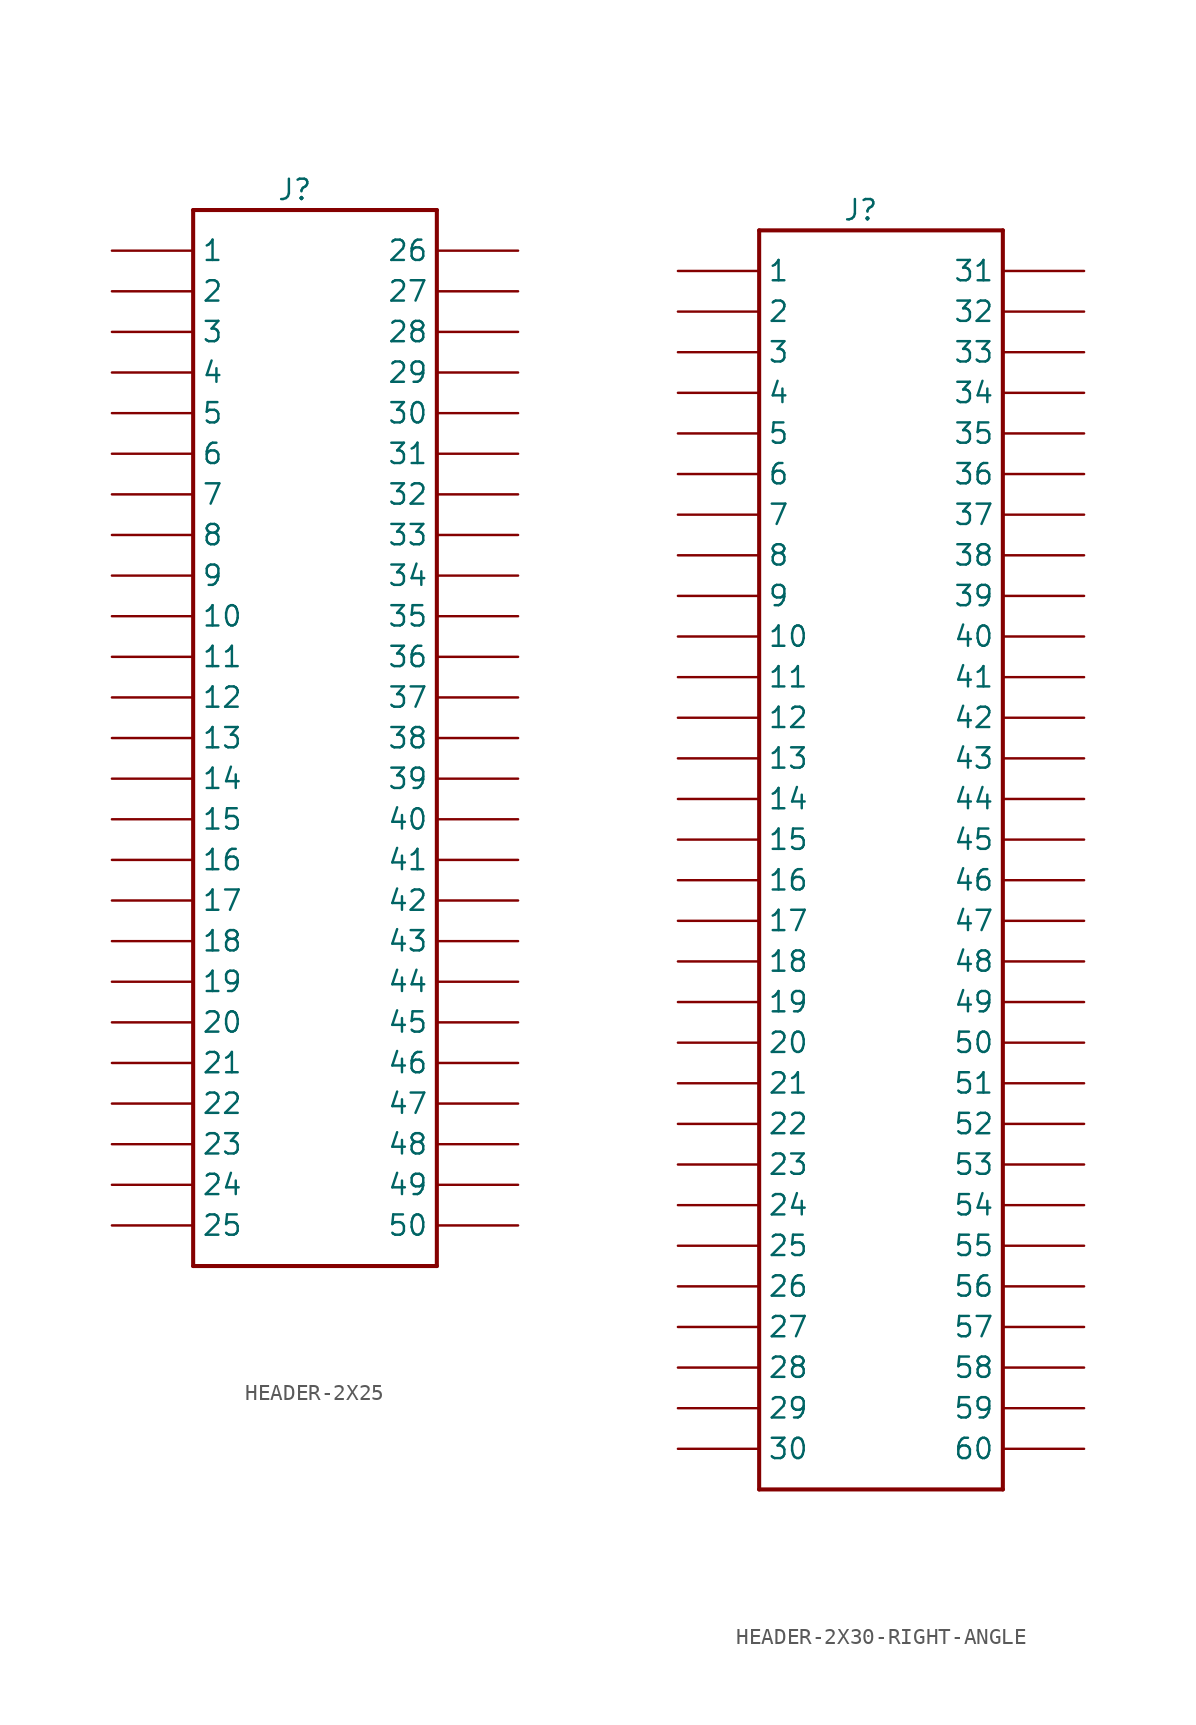
<source format=kicad_sym>
(kicad_symbol_lib
  (version 20220914)
  (generator kicad_symbol_editor)
  (symbol "HEADER-2X25"
    (pin_numbers hide)
    (property "Reference" "J"
      (at 3.81 29.21 0)
      (effects (font (size 1.27 1.27))))
    (symbol "HEADER-2X25_1_0"
      (polyline (pts (xy -2.54 -38.1) (xy -2.54 27.94)) (stroke (width 0.254) (type solid)) (fill (type none)))
      (polyline (pts (xy -2.54 27.94) (xy 12.7 27.94)) (stroke (width 0.254) (type solid)) (fill (type none)))
      (polyline (pts (xy 12.7 -38.1) (xy -2.54 -38.1)) (stroke (width 0.254) (type solid)) (fill (type none)))
      (polyline (pts (xy 12.7 27.94) (xy 12.7 -38.1)) (stroke (width 0.254) (type solid)) (fill (type none)))
      (pin bidirectional line (at -7.62 25.4 0) (length 5.08) (name "1" (effects (font (size 1.27 1.27)))) (number "1" (effects (font (size 1.27 1.27)))))
      (pin bidirectional line (at -7.62 2.54 0) (length 5.08) (name "10" (effects (font (size 1.27 1.27)))) (number "10" (effects (font (size 1.27 1.27)))))
      (pin bidirectional line (at -7.62 0 0) (length 5.08) (name "11" (effects (font (size 1.27 1.27)))) (number "11" (effects (font (size 1.27 1.27)))))
      (pin bidirectional line (at -7.62 -2.54 0) (length 5.08) (name "12" (effects (font (size 1.27 1.27)))) (number "12" (effects (font (size 1.27 1.27)))))
      (pin bidirectional line (at -7.62 -5.08 0) (length 5.08) (name "13" (effects (font (size 1.27 1.27)))) (number "13" (effects (font (size 1.27 1.27)))))
      (pin bidirectional line (at -7.62 -7.62 0) (length 5.08) (name "14" (effects (font (size 1.27 1.27)))) (number "14" (effects (font (size 1.27 1.27)))))
      (pin bidirectional line (at -7.62 -10.16 0) (length 5.08) (name "15" (effects (font (size 1.27 1.27)))) (number "15" (effects (font (size 1.27 1.27)))))
      (pin bidirectional line (at -7.62 -12.7 0) (length 5.08) (name "16" (effects (font (size 1.27 1.27)))) (number "16" (effects (font (size 1.27 1.27)))))
      (pin bidirectional line (at -7.62 -15.24 0) (length 5.08) (name "17" (effects (font (size 1.27 1.27)))) (number "17" (effects (font (size 1.27 1.27)))))
      (pin bidirectional line (at -7.62 -17.78 0) (length 5.08) (name "18" (effects (font (size 1.27 1.27)))) (number "18" (effects (font (size 1.27 1.27)))))
      (pin bidirectional line (at -7.62 -20.32 0) (length 5.08) (name "19" (effects (font (size 1.27 1.27)))) (number "19" (effects (font (size 1.27 1.27)))))
      (pin bidirectional line (at -7.62 22.86 0) (length 5.08) (name "2" (effects (font (size 1.27 1.27)))) (number "2" (effects (font (size 1.27 1.27)))))
      (pin bidirectional line (at -7.62 -22.86 0) (length 5.08) (name "20" (effects (font (size 1.27 1.27)))) (number "20" (effects (font (size 1.27 1.27)))))
      (pin bidirectional line (at -7.62 -25.4 0) (length 5.08) (name "21" (effects (font (size 1.27 1.27)))) (number "21" (effects (font (size 1.27 1.27)))))
      (pin bidirectional line (at -7.62 -27.94 0) (length 5.08) (name "22" (effects (font (size 1.27 1.27)))) (number "22" (effects (font (size 1.27 1.27)))))
      (pin bidirectional line (at -7.62 -30.48 0) (length 5.08) (name "23" (effects (font (size 1.27 1.27)))) (number "23" (effects (font (size 1.27 1.27)))))
      (pin bidirectional line (at -7.62 -33.02 0) (length 5.08) (name "24" (effects (font (size 1.27 1.27)))) (number "24" (effects (font (size 1.27 1.27)))))
      (pin bidirectional line (at -7.62 -35.56 0) (length 5.08) (name "25" (effects (font (size 1.27 1.27)))) (number "25" (effects (font (size 1.27 1.27)))))
      (pin bidirectional line (at 17.78 25.4 180) (length 5.08) (name "26" (effects (font (size 1.27 1.27)))) (number "26" (effects (font (size 1.27 1.27)))))
      (pin bidirectional line (at 17.78 22.86 180) (length 5.08) (name "27" (effects (font (size 1.27 1.27)))) (number "27" (effects (font (size 1.27 1.27)))))
      (pin bidirectional line (at 17.78 20.32 180) (length 5.08) (name "28" (effects (font (size 1.27 1.27)))) (number "28" (effects (font (size 1.27 1.27)))))
      (pin bidirectional line (at 17.78 17.78 180) (length 5.08) (name "29" (effects (font (size 1.27 1.27)))) (number "29" (effects (font (size 1.27 1.27)))))
      (pin bidirectional line (at -7.62 20.32 0) (length 5.08) (name "3" (effects (font (size 1.27 1.27)))) (number "3" (effects (font (size 1.27 1.27)))))
      (pin bidirectional line (at 17.78 15.24 180) (length 5.08) (name "30" (effects (font (size 1.27 1.27)))) (number "30" (effects (font (size 1.27 1.27)))))
      (pin bidirectional line (at 17.78 12.7 180) (length 5.08) (name "31" (effects (font (size 1.27 1.27)))) (number "31" (effects (font (size 1.27 1.27)))))
      (pin bidirectional line (at 17.78 10.16 180) (length 5.08) (name "32" (effects (font (size 1.27 1.27)))) (number "32" (effects (font (size 1.27 1.27)))))
      (pin bidirectional line (at 17.78 7.62 180) (length 5.08) (name "33" (effects (font (size 1.27 1.27)))) (number "33" (effects (font (size 1.27 1.27)))))
      (pin bidirectional line (at 17.78 5.08 180) (length 5.08) (name "34" (effects (font (size 1.27 1.27)))) (number "34" (effects (font (size 1.27 1.27)))))
      (pin bidirectional line (at 17.78 2.54 180) (length 5.08) (name "35" (effects (font (size 1.27 1.27)))) (number "35" (effects (font (size 1.27 1.27)))))
      (pin bidirectional line (at 17.78 0 180) (length 5.08) (name "36" (effects (font (size 1.27 1.27)))) (number "36" (effects (font (size 1.27 1.27)))))
      (pin bidirectional line (at 17.78 -2.54 180) (length 5.08) (name "37" (effects (font (size 1.27 1.27)))) (number "37" (effects (font (size 1.27 1.27)))))
      (pin bidirectional line (at 17.78 -5.08 180) (length 5.08) (name "38" (effects (font (size 1.27 1.27)))) (number "38" (effects (font (size 1.27 1.27)))))
      (pin bidirectional line (at 17.78 -7.62 180) (length 5.08) (name "39" (effects (font (size 1.27 1.27)))) (number "39" (effects (font (size 1.27 1.27)))))
      (pin bidirectional line (at -7.62 17.78 0) (length 5.08) (name "4" (effects (font (size 1.27 1.27)))) (number "4" (effects (font (size 1.27 1.27)))))
      (pin bidirectional line (at 17.78 -10.16 180) (length 5.08) (name "40" (effects (font (size 1.27 1.27)))) (number "40" (effects (font (size 1.27 1.27)))))
      (pin bidirectional line (at 17.78 -12.7 180) (length 5.08) (name "41" (effects (font (size 1.27 1.27)))) (number "41" (effects (font (size 1.27 1.27)))))
      (pin bidirectional line (at 17.78 -15.24 180) (length 5.08) (name "42" (effects (font (size 1.27 1.27)))) (number "42" (effects (font (size 1.27 1.27)))))
      (pin bidirectional line (at 17.78 -17.78 180) (length 5.08) (name "43" (effects (font (size 1.27 1.27)))) (number "43" (effects (font (size 1.27 1.27)))))
      (pin bidirectional line (at 17.78 -20.32 180) (length 5.08) (name "44" (effects (font (size 1.27 1.27)))) (number "44" (effects (font (size 1.27 1.27)))))
      (pin bidirectional line (at 17.78 -22.86 180) (length 5.08) (name "45" (effects (font (size 1.27 1.27)))) (number "45" (effects (font (size 1.27 1.27)))))
      (pin bidirectional line (at 17.78 -25.4 180) (length 5.08) (name "46" (effects (font (size 1.27 1.27)))) (number "46" (effects (font (size 1.27 1.27)))))
      (pin bidirectional line (at 17.78 -27.94 180) (length 5.08) (name "47" (effects (font (size 1.27 1.27)))) (number "47" (effects (font (size 1.27 1.27)))))
      (pin bidirectional line (at 17.78 -30.48 180) (length 5.08) (name "48" (effects (font (size 1.27 1.27)))) (number "48" (effects (font (size 1.27 1.27)))))
      (pin bidirectional line (at 17.78 -33.02 180) (length 5.08) (name "49" (effects (font (size 1.27 1.27)))) (number "49" (effects (font (size 1.27 1.27)))))
      (pin bidirectional line (at -7.62 15.24 0) (length 5.08) (name "5" (effects (font (size 1.27 1.27)))) (number "5" (effects (font (size 1.27 1.27)))))
      (pin bidirectional line (at 17.78 -35.56 180) (length 5.08) (name "50" (effects (font (size 1.27 1.27)))) (number "50" (effects (font (size 1.27 1.27)))))
      (pin bidirectional line (at -7.62 12.7 0) (length 5.08) (name "6" (effects (font (size 1.27 1.27)))) (number "6" (effects (font (size 1.27 1.27)))))
      (pin bidirectional line (at -7.62 10.16 0) (length 5.08) (name "7" (effects (font (size 1.27 1.27)))) (number "7" (effects (font (size 1.27 1.27)))))
      (pin bidirectional line (at -7.62 7.62 0) (length 5.08) (name "8" (effects (font (size 1.27 1.27)))) (number "8" (effects (font (size 1.27 1.27)))))
      (pin bidirectional line (at -7.62 5.08 0) (length 5.08) (name "9" (effects (font (size 1.27 1.27)))) (number "9" (effects (font (size 1.27 1.27)))))))
  (symbol "HEADER-2X30-RIGHT-ANGLE"
    (pin_numbers hide)
    (property "Reference" "J"
      (at -1.27 36.83 0)
      (effects (font (size 1.27 1.27))))
    (symbol "HEADER-2X30-RIGHT-ANGLE_1_0"
      (polyline (pts (xy -7.62 -43.18) (xy -7.62 35.56)) (stroke (width 0.254) (type solid)) (fill (type none)))
      (polyline (pts (xy -7.62 35.56) (xy 7.62 35.56)) (stroke (width 0.254) (type solid)) (fill (type none)))
      (polyline (pts (xy 7.62 -43.18) (xy -7.62 -43.18)) (stroke (width 0.254) (type solid)) (fill (type none)))
      (polyline (pts (xy 7.62 35.56) (xy 7.62 -43.18)) (stroke (width 0.254) (type solid)) (fill (type none)))
      (pin bidirectional line (at -12.7 33.02 0) (length 5.08) (name "1" (effects (font (size 1.27 1.27)))) (number "1" (effects (font (size 1.27 1.27)))))
      (pin bidirectional line (at -12.7 10.16 0) (length 5.08) (name "10" (effects (font (size 1.27 1.27)))) (number "10" (effects (font (size 1.27 1.27)))))
      (pin bidirectional line (at -12.7 7.62 0) (length 5.08) (name "11" (effects (font (size 1.27 1.27)))) (number "11" (effects (font (size 1.27 1.27)))))
      (pin bidirectional line (at -12.7 5.08 0) (length 5.08) (name "12" (effects (font (size 1.27 1.27)))) (number "12" (effects (font (size 1.27 1.27)))))
      (pin bidirectional line (at -12.7 2.54 0) (length 5.08) (name "13" (effects (font (size 1.27 1.27)))) (number "13" (effects (font (size 1.27 1.27)))))
      (pin bidirectional line (at -12.7 0 0) (length 5.08) (name "14" (effects (font (size 1.27 1.27)))) (number "14" (effects (font (size 1.27 1.27)))))
      (pin bidirectional line (at -12.7 -2.54 0) (length 5.08) (name "15" (effects (font (size 1.27 1.27)))) (number "15" (effects (font (size 1.27 1.27)))))
      (pin bidirectional line (at -12.7 -5.08 0) (length 5.08) (name "16" (effects (font (size 1.27 1.27)))) (number "16" (effects (font (size 1.27 1.27)))))
      (pin bidirectional line (at -12.7 -7.62 0) (length 5.08) (name "17" (effects (font (size 1.27 1.27)))) (number "17" (effects (font (size 1.27 1.27)))))
      (pin bidirectional line (at -12.7 -10.16 0) (length 5.08) (name "18" (effects (font (size 1.27 1.27)))) (number "18" (effects (font (size 1.27 1.27)))))
      (pin bidirectional line (at -12.7 -12.7 0) (length 5.08) (name "19" (effects (font (size 1.27 1.27)))) (number "19" (effects (font (size 1.27 1.27)))))
      (pin bidirectional line (at -12.7 30.48 0) (length 5.08) (name "2" (effects (font (size 1.27 1.27)))) (number "2" (effects (font (size 1.27 1.27)))))
      (pin bidirectional line (at -12.7 -15.24 0) (length 5.08) (name "20" (effects (font (size 1.27 1.27)))) (number "20" (effects (font (size 1.27 1.27)))))
      (pin bidirectional line (at -12.7 -17.78 0) (length 5.08) (name "21" (effects (font (size 1.27 1.27)))) (number "21" (effects (font (size 1.27 1.27)))))
      (pin bidirectional line (at -12.7 -20.32 0) (length 5.08) (name "22" (effects (font (size 1.27 1.27)))) (number "22" (effects (font (size 1.27 1.27)))))
      (pin bidirectional line (at -12.7 -22.86 0) (length 5.08) (name "23" (effects (font (size 1.27 1.27)))) (number "23" (effects (font (size 1.27 1.27)))))
      (pin bidirectional line (at -12.7 -25.4 0) (length 5.08) (name "24" (effects (font (size 1.27 1.27)))) (number "24" (effects (font (size 1.27 1.27)))))
      (pin bidirectional line (at -12.7 -27.94 0) (length 5.08) (name "25" (effects (font (size 1.27 1.27)))) (number "25" (effects (font (size 1.27 1.27)))))
      (pin bidirectional line (at -12.7 -30.48 0) (length 5.08) (name "26" (effects (font (size 1.27 1.27)))) (number "26" (effects (font (size 1.27 1.27)))))
      (pin bidirectional line (at -12.7 -33.02 0) (length 5.08) (name "27" (effects (font (size 1.27 1.27)))) (number "27" (effects (font (size 1.27 1.27)))))
      (pin bidirectional line (at -12.7 -35.56 0) (length 5.08) (name "28" (effects (font (size 1.27 1.27)))) (number "28" (effects (font (size 1.27 1.27)))))
      (pin bidirectional line (at -12.7 -38.1 0) (length 5.08) (name "29" (effects (font (size 1.27 1.27)))) (number "29" (effects (font (size 1.27 1.27)))))
      (pin bidirectional line (at -12.7 27.94 0) (length 5.08) (name "3" (effects (font (size 1.27 1.27)))) (number "3" (effects (font (size 1.27 1.27)))))
      (pin bidirectional line (at -12.7 -40.64 0) (length 5.08) (name "30" (effects (font (size 1.27 1.27)))) (number "30" (effects (font (size 1.27 1.27)))))
      (pin bidirectional line (at 12.7 33.02 180) (length 5.08) (name "31" (effects (font (size 1.27 1.27)))) (number "31" (effects (font (size 1.27 1.27)))))
      (pin bidirectional line (at 12.7 30.48 180) (length 5.08) (name "32" (effects (font (size 1.27 1.27)))) (number "32" (effects (font (size 1.27 1.27)))))
      (pin bidirectional line (at 12.7 27.94 180) (length 5.08) (name "33" (effects (font (size 1.27 1.27)))) (number "33" (effects (font (size 1.27 1.27)))))
      (pin bidirectional line (at 12.7 25.4 180) (length 5.08) (name "34" (effects (font (size 1.27 1.27)))) (number "34" (effects (font (size 1.27 1.27)))))
      (pin bidirectional line (at 12.7 22.86 180) (length 5.08) (name "35" (effects (font (size 1.27 1.27)))) (number "35" (effects (font (size 1.27 1.27)))))
      (pin bidirectional line (at 12.7 20.32 180) (length 5.08) (name "36" (effects (font (size 1.27 1.27)))) (number "36" (effects (font (size 1.27 1.27)))))
      (pin bidirectional line (at 12.7 17.78 180) (length 5.08) (name "37" (effects (font (size 1.27 1.27)))) (number "37" (effects (font (size 1.27 1.27)))))
      (pin bidirectional line (at 12.7 15.24 180) (length 5.08) (name "38" (effects (font (size 1.27 1.27)))) (number "38" (effects (font (size 1.27 1.27)))))
      (pin bidirectional line (at 12.7 12.7 180) (length 5.08) (name "39" (effects (font (size 1.27 1.27)))) (number "39" (effects (font (size 1.27 1.27)))))
      (pin bidirectional line (at -12.7 25.4 0) (length 5.08) (name "4" (effects (font (size 1.27 1.27)))) (number "4" (effects (font (size 1.27 1.27)))))
      (pin bidirectional line (at 12.7 10.16 180) (length 5.08) (name "40" (effects (font (size 1.27 1.27)))) (number "40" (effects (font (size 1.27 1.27)))))
      (pin bidirectional line (at 12.7 7.62 180) (length 5.08) (name "41" (effects (font (size 1.27 1.27)))) (number "41" (effects (font (size 1.27 1.27)))))
      (pin bidirectional line (at 12.7 5.08 180) (length 5.08) (name "42" (effects (font (size 1.27 1.27)))) (number "42" (effects (font (size 1.27 1.27)))))
      (pin bidirectional line (at 12.7 2.54 180) (length 5.08) (name "43" (effects (font (size 1.27 1.27)))) (number "43" (effects (font (size 1.27 1.27)))))
      (pin bidirectional line (at 12.7 0 180) (length 5.08) (name "44" (effects (font (size 1.27 1.27)))) (number "44" (effects (font (size 1.27 1.27)))))
      (pin bidirectional line (at 12.7 -2.54 180) (length 5.08) (name "45" (effects (font (size 1.27 1.27)))) (number "45" (effects (font (size 1.27 1.27)))))
      (pin bidirectional line (at 12.7 -5.08 180) (length 5.08) (name "46" (effects (font (size 1.27 1.27)))) (number "46" (effects (font (size 1.27 1.27)))))
      (pin bidirectional line (at 12.7 -7.62 180) (length 5.08) (name "47" (effects (font (size 1.27 1.27)))) (number "47" (effects (font (size 1.27 1.27)))))
      (pin bidirectional line (at 12.7 -10.16 180) (length 5.08) (name "48" (effects (font (size 1.27 1.27)))) (number "48" (effects (font (size 1.27 1.27)))))
      (pin bidirectional line (at 12.7 -12.7 180) (length 5.08) (name "49" (effects (font (size 1.27 1.27)))) (number "49" (effects (font (size 1.27 1.27)))))
      (pin bidirectional line (at -12.7 22.86 0) (length 5.08) (name "5" (effects (font (size 1.27 1.27)))) (number "5" (effects (font (size 1.27 1.27)))))
      (pin bidirectional line (at 12.7 -15.24 180) (length 5.08) (name "50" (effects (font (size 1.27 1.27)))) (number "50" (effects (font (size 1.27 1.27)))))
      (pin bidirectional line (at 12.7 -17.78 180) (length 5.08) (name "51" (effects (font (size 1.27 1.27)))) (number "51" (effects (font (size 1.27 1.27)))))
      (pin bidirectional line (at 12.7 -20.32 180) (length 5.08) (name "52" (effects (font (size 1.27 1.27)))) (number "52" (effects (font (size 1.27 1.27)))))
      (pin bidirectional line (at 12.7 -22.86 180) (length 5.08) (name "53" (effects (font (size 1.27 1.27)))) (number "53" (effects (font (size 1.27 1.27)))))
      (pin bidirectional line (at 12.7 -25.4 180) (length 5.08) (name "54" (effects (font (size 1.27 1.27)))) (number "54" (effects (font (size 1.27 1.27)))))
      (pin bidirectional line (at 12.7 -27.94 180) (length 5.08) (name "55" (effects (font (size 1.27 1.27)))) (number "55" (effects (font (size 1.27 1.27)))))
      (pin bidirectional line (at 12.7 -30.48 180) (length 5.08) (name "56" (effects (font (size 1.27 1.27)))) (number "56" (effects (font (size 1.27 1.27)))))
      (pin bidirectional line (at 12.7 -33.02 180) (length 5.08) (name "57" (effects (font (size 1.27 1.27)))) (number "57" (effects (font (size 1.27 1.27)))))
      (pin bidirectional line (at 12.7 -35.56 180) (length 5.08) (name "58" (effects (font (size 1.27 1.27)))) (number "58" (effects (font (size 1.27 1.27)))))
      (pin bidirectional line (at 12.7 -38.1 180) (length 5.08) (name "59" (effects (font (size 1.27 1.27)))) (number "59" (effects (font (size 1.27 1.27)))))
      (pin bidirectional line (at -12.7 20.32 0) (length 5.08) (name "6" (effects (font (size 1.27 1.27)))) (number "6" (effects (font (size 1.27 1.27)))))
      (pin bidirectional line (at 12.7 -40.64 180) (length 5.08) (name "60" (effects (font (size 1.27 1.27)))) (number "60" (effects (font (size 1.27 1.27)))))
      (pin bidirectional line (at -12.7 17.78 0) (length 5.08) (name "7" (effects (font (size 1.27 1.27)))) (number "7" (effects (font (size 1.27 1.27)))))
      (pin bidirectional line (at -12.7 15.24 0) (length 5.08) (name "8" (effects (font (size 1.27 1.27)))) (number "8" (effects (font (size 1.27 1.27)))))
      (pin bidirectional line (at -12.7 12.7 0) (length 5.08) (name "9" (effects (font (size 1.27 1.27)))) (number "9" (effects (font (size 1.27 1.27))))))))
</source>
